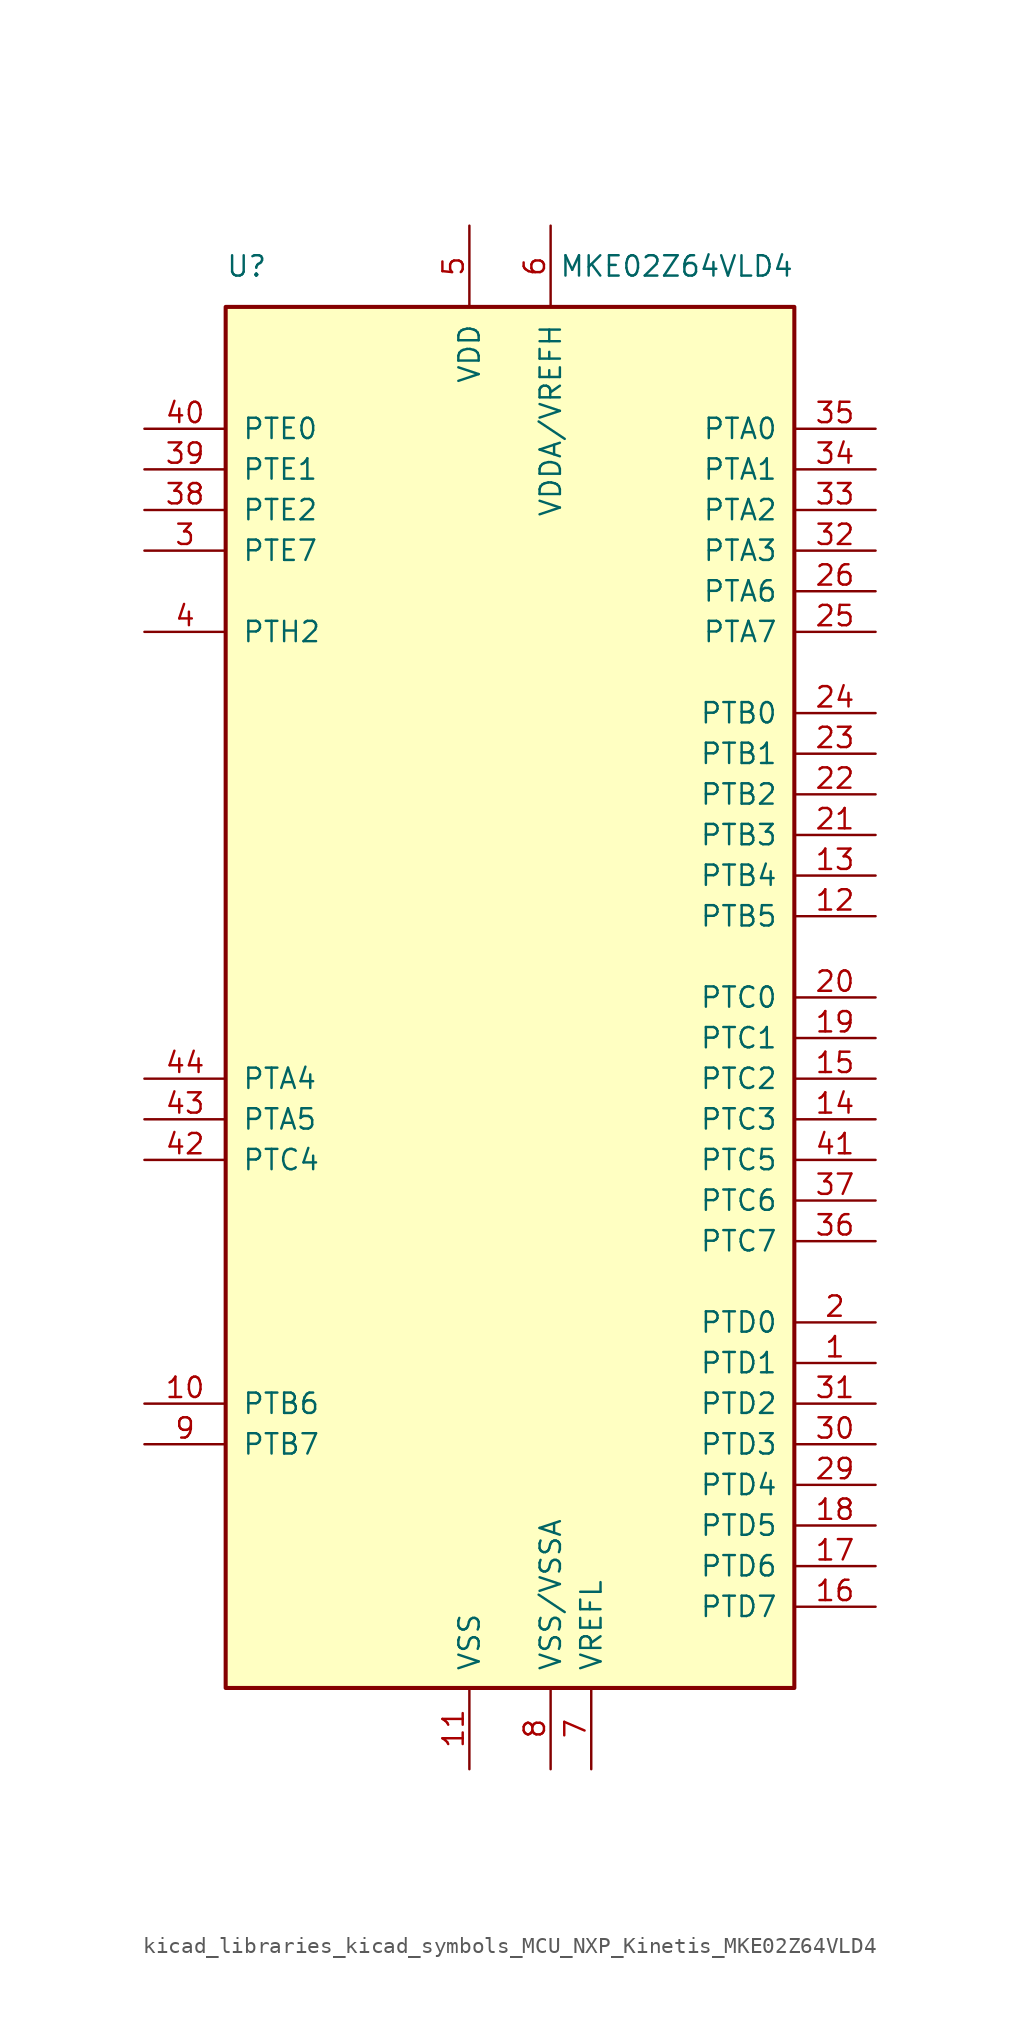
<source format=kicad_sym>
(kicad_symbol_lib
  (version 20220914)
  (generator kicad_symbol_editor)
  (symbol "kicad_libraries_kicad_symbols_MCU_NXP_Kinetis_MKE02Z64VLD4"
    (pin_names
      (offset 1.016))
    (property "Reference" "U"
      (at -17.78 45.72 0)
      (effects (font (size 1.27 1.27)) (justify left)))
    (property "Value" "MKE02Z64VLD4"
      (at 17.78 45.72 0)
      (effects (font (size 1.27 1.27)) (justify right)))
    (symbol "kicad_libraries_kicad_symbols_MCU_NXP_Kinetis_MKE02Z64VLD4_0_1"
      (rectangle (start -17.78 43.18) (end 17.78 -43.18) (stroke (width 0.254) (type default)) (fill (type background))))
    (symbol "kicad_libraries_kicad_symbols_MCU_NXP_Kinetis_MKE02Z64VLD4_1_1"
      (pin bidirectional line (at 22.86 -22.86 180) (length 5.08) (name "PTD1" (effects (font (size 1.27 1.27)))) (number "1" (effects (font (size 1.27 1.27)))))
      (pin bidirectional line (at -22.86 -25.4 0) (length 5.08) (name "PTB6" (effects (font (size 1.27 1.27)))) (number "10" (effects (font (size 1.27 1.27)))))
      (pin power_in line (at -2.54 -48.26 90) (length 5.08) (name "VSS" (effects (font (size 1.27 1.27)))) (number "11" (effects (font (size 1.27 1.27)))))
      (pin bidirectional line (at 22.86 5.08 180) (length 5.08) (name "PTB5" (effects (font (size 1.27 1.27)))) (number "12" (effects (font (size 1.27 1.27)))))
      (pin bidirectional line (at 22.86 7.62 180) (length 5.08) (name "PTB4" (effects (font (size 1.27 1.27)))) (number "13" (effects (font (size 1.27 1.27)))))
      (pin bidirectional line (at 22.86 -7.62 180) (length 5.08) (name "PTC3" (effects (font (size 1.27 1.27)))) (number "14" (effects (font (size 1.27 1.27)))))
      (pin bidirectional line (at 22.86 -5.08 180) (length 5.08) (name "PTC2" (effects (font (size 1.27 1.27)))) (number "15" (effects (font (size 1.27 1.27)))))
      (pin bidirectional line (at 22.86 -38.1 180) (length 5.08) (name "PTD7" (effects (font (size 1.27 1.27)))) (number "16" (effects (font (size 1.27 1.27)))))
      (pin bidirectional line (at 22.86 -35.56 180) (length 5.08) (name "PTD6" (effects (font (size 1.27 1.27)))) (number "17" (effects (font (size 1.27 1.27)))))
      (pin bidirectional line (at 22.86 -33.02 180) (length 5.08) (name "PTD5" (effects (font (size 1.27 1.27)))) (number "18" (effects (font (size 1.27 1.27)))))
      (pin bidirectional line (at 22.86 -2.54 180) (length 5.08) (name "PTC1" (effects (font (size 1.27 1.27)))) (number "19" (effects (font (size 1.27 1.27)))))
      (pin bidirectional line (at 22.86 -20.32 180) (length 5.08) (name "PTD0" (effects (font (size 1.27 1.27)))) (number "2" (effects (font (size 1.27 1.27)))))
      (pin bidirectional line (at 22.86 0 180) (length 5.08) (name "PTC0" (effects (font (size 1.27 1.27)))) (number "20" (effects (font (size 1.27 1.27)))))
      (pin bidirectional line (at 22.86 10.16 180) (length 5.08) (name "PTB3" (effects (font (size 1.27 1.27)))) (number "21" (effects (font (size 1.27 1.27)))))
      (pin bidirectional line (at 22.86 12.7 180) (length 5.08) (name "PTB2" (effects (font (size 1.27 1.27)))) (number "22" (effects (font (size 1.27 1.27)))))
      (pin bidirectional line (at 22.86 15.24 180) (length 5.08) (name "PTB1" (effects (font (size 1.27 1.27)))) (number "23" (effects (font (size 1.27 1.27)))))
      (pin bidirectional line (at 22.86 17.78 180) (length 5.08) (name "PTB0" (effects (font (size 1.27 1.27)))) (number "24" (effects (font (size 1.27 1.27)))))
      (pin bidirectional line (at 22.86 22.86 180) (length 5.08) (name "PTA7" (effects (font (size 1.27 1.27)))) (number "25" (effects (font (size 1.27 1.27)))))
      (pin bidirectional line (at 22.86 25.4 180) (length 5.08) (name "PTA6" (effects (font (size 1.27 1.27)))) (number "26" (effects (font (size 1.27 1.27)))))
      (pin passive line (at -2.54 -48.26 90) (length 5.08) hide (name "VSS" (effects (font (size 1.27 1.27)))) (number "27" (effects (font (size 1.27 1.27)))))
      (pin passive line (at -2.54 48.26 270) (length 5.08) hide (name "VDD" (effects (font (size 1.27 1.27)))) (number "28" (effects (font (size 1.27 1.27)))))
      (pin bidirectional line (at 22.86 -30.48 180) (length 5.08) (name "PTD4" (effects (font (size 1.27 1.27)))) (number "29" (effects (font (size 1.27 1.27)))))
      (pin bidirectional line (at -22.86 27.94 0) (length 5.08) (name "PTE7" (effects (font (size 1.27 1.27)))) (number "3" (effects (font (size 1.27 1.27)))))
      (pin bidirectional line (at 22.86 -27.94 180) (length 5.08) (name "PTD3" (effects (font (size 1.27 1.27)))) (number "30" (effects (font (size 1.27 1.27)))))
      (pin bidirectional line (at 22.86 -25.4 180) (length 5.08) (name "PTD2" (effects (font (size 1.27 1.27)))) (number "31" (effects (font (size 1.27 1.27)))))
      (pin bidirectional line (at 22.86 27.94 180) (length 5.08) (name "PTA3" (effects (font (size 1.27 1.27)))) (number "32" (effects (font (size 1.27 1.27)))))
      (pin bidirectional line (at 22.86 30.48 180) (length 5.08) (name "PTA2" (effects (font (size 1.27 1.27)))) (number "33" (effects (font (size 1.27 1.27)))))
      (pin bidirectional line (at 22.86 33.02 180) (length 5.08) (name "PTA1" (effects (font (size 1.27 1.27)))) (number "34" (effects (font (size 1.27 1.27)))))
      (pin bidirectional line (at 22.86 35.56 180) (length 5.08) (name "PTA0" (effects (font (size 1.27 1.27)))) (number "35" (effects (font (size 1.27 1.27)))))
      (pin bidirectional line (at 22.86 -15.24 180) (length 5.08) (name "PTC7" (effects (font (size 1.27 1.27)))) (number "36" (effects (font (size 1.27 1.27)))))
      (pin bidirectional line (at 22.86 -12.7 180) (length 5.08) (name "PTC6" (effects (font (size 1.27 1.27)))) (number "37" (effects (font (size 1.27 1.27)))))
      (pin bidirectional line (at -22.86 30.48 0) (length 5.08) (name "PTE2" (effects (font (size 1.27 1.27)))) (number "38" (effects (font (size 1.27 1.27)))))
      (pin bidirectional line (at -22.86 33.02 0) (length 5.08) (name "PTE1" (effects (font (size 1.27 1.27)))) (number "39" (effects (font (size 1.27 1.27)))))
      (pin bidirectional line (at -22.86 22.86 0) (length 5.08) (name "PTH2" (effects (font (size 1.27 1.27)))) (number "4" (effects (font (size 1.27 1.27)))))
      (pin bidirectional line (at -22.86 35.56 0) (length 5.08) (name "PTE0" (effects (font (size 1.27 1.27)))) (number "40" (effects (font (size 1.27 1.27)))))
      (pin bidirectional line (at 22.86 -10.16 180) (length 5.08) (name "PTC5" (effects (font (size 1.27 1.27)))) (number "41" (effects (font (size 1.27 1.27)))))
      (pin bidirectional line (at -22.86 -10.16 0) (length 5.08) (name "PTC4" (effects (font (size 1.27 1.27)))) (number "42" (effects (font (size 1.27 1.27)))))
      (pin bidirectional line (at -22.86 -7.62 0) (length 5.08) (name "PTA5" (effects (font (size 1.27 1.27)))) (number "43" (effects (font (size 1.27 1.27)))))
      (pin bidirectional line (at -22.86 -5.08 0) (length 5.08) (name "PTA4" (effects (font (size 1.27 1.27)))) (number "44" (effects (font (size 1.27 1.27)))))
      (pin power_in line (at -2.54 48.26 270) (length 5.08) (name "VDD" (effects (font (size 1.27 1.27)))) (number "5" (effects (font (size 1.27 1.27)))))
      (pin power_in line (at 2.54 48.26 270) (length 5.08) (name "VDDA/VREFH" (effects (font (size 1.27 1.27)))) (number "6" (effects (font (size 1.27 1.27)))))
      (pin power_in line (at 5.08 -48.26 90) (length 5.08) (name "VREFL" (effects (font (size 1.27 1.27)))) (number "7" (effects (font (size 1.27 1.27)))))
      (pin power_in line (at 2.54 -48.26 90) (length 5.08) (name "VSS/VSSA" (effects (font (size 1.27 1.27)))) (number "8" (effects (font (size 1.27 1.27)))))
      (pin bidirectional line (at -22.86 -27.94 0) (length 5.08) (name "PTB7" (effects (font (size 1.27 1.27)))) (number "9" (effects (font (size 1.27 1.27))))))))
</source>
